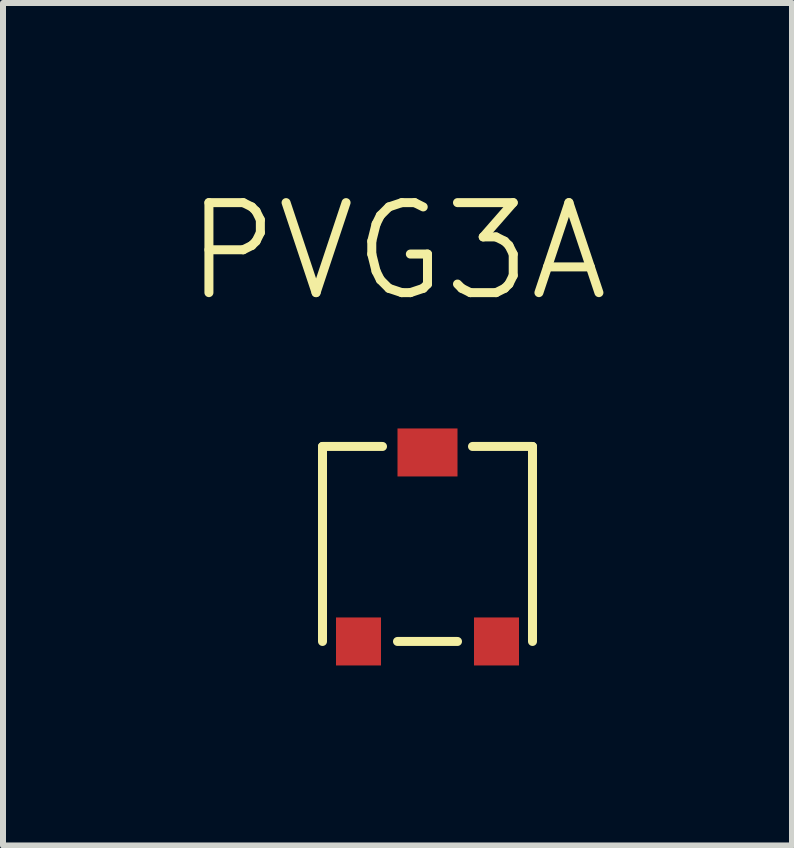
<source format=kicad_pcb>
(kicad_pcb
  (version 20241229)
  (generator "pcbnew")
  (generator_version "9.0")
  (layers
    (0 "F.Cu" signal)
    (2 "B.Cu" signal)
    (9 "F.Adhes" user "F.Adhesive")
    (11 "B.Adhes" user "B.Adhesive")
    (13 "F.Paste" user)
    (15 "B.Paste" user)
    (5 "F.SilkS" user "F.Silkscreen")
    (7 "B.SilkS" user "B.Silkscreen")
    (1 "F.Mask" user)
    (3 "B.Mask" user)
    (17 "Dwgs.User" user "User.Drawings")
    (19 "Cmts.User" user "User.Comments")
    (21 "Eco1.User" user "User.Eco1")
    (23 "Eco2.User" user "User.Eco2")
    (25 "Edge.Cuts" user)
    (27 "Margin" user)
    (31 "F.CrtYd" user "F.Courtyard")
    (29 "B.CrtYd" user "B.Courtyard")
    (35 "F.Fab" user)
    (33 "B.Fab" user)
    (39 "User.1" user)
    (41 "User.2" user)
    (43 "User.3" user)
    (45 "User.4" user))
  (footprint "PVG3A"
    (layer "F.Cu")
    (at 4.075 7.641)
    (property "Reference" "PVG3A" (at -0.5 -6.5 0) (layer "F.SilkS") (effects (font (size 1.5 1.5) (thickness 0.15))))
    (attr through_hole)
    (fp_line (start -1.75 0) (end -1.75 -3.25) (stroke (width 0.15) (type solid)) (layer "F.SilkS"))
    (fp_line (start -0.75 -3.25) (end -1.75 -3.25) (stroke (width 0.15) (type solid)) (layer "F.SilkS"))
    (fp_line (start -0.5 0) (end 0.5 0) (stroke (width 0.15) (type solid)) (layer "F.SilkS"))
    (fp_line (start 1.75 -3.25) (end 0.75 -3.25) (stroke (width 0.15) (type solid)) (layer "F.SilkS"))
    (fp_line (start 1.75 0) (end 1.75 -3.25) (stroke (width 0.15) (type solid)) (layer "F.SilkS"))
    (pad "1" smd rect (at 1.15 0) (size 0.75 0.8) (layers "F.Cu" "F.Mask" "F.Paste"))
    (pad "2" smd rect (at 0 -3.15) (size 1 0.8) (layers "F.Cu" "F.Mask" "F.Paste"))
    (pad "3" smd rect (at -1.15 0) (size 0.75 0.8) (layers "F.Cu" "F.Mask" "F.Paste")))
  (gr_rect
    (start -3 -3)
    (end 10.15 11.041)
    (stroke (width 0.1) (type default))
    (fill no)
    (layer "Edge.Cuts")))
</source>
